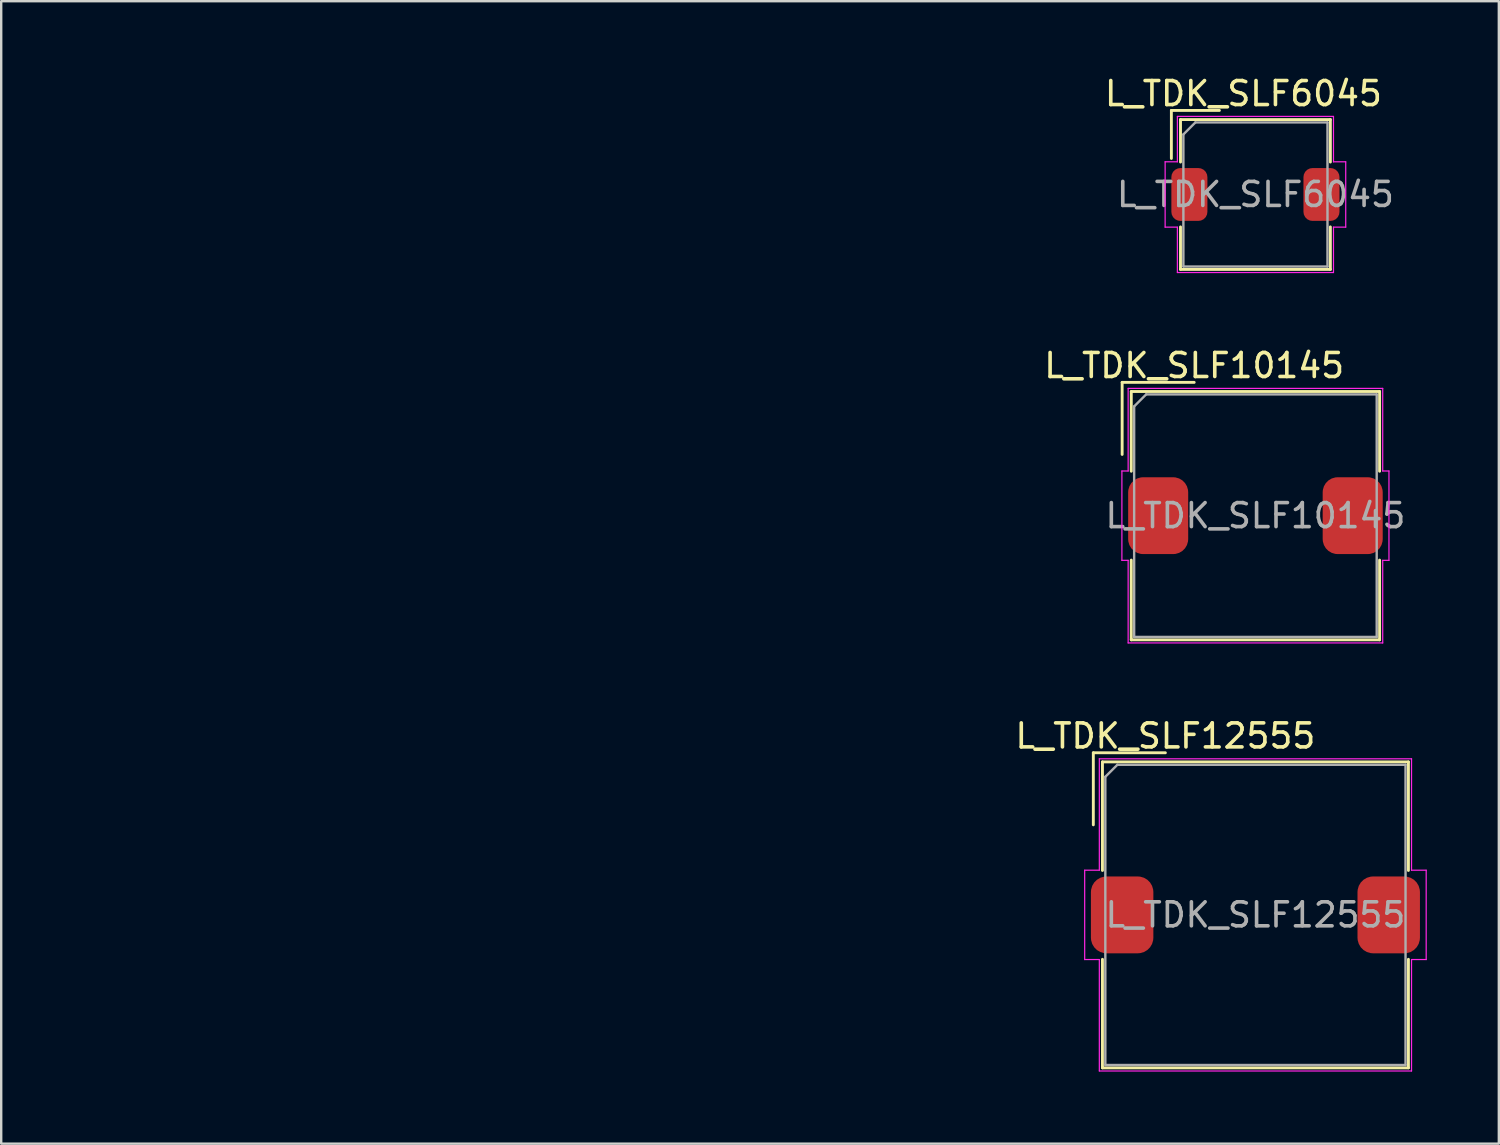
<source format=kicad_pcb>
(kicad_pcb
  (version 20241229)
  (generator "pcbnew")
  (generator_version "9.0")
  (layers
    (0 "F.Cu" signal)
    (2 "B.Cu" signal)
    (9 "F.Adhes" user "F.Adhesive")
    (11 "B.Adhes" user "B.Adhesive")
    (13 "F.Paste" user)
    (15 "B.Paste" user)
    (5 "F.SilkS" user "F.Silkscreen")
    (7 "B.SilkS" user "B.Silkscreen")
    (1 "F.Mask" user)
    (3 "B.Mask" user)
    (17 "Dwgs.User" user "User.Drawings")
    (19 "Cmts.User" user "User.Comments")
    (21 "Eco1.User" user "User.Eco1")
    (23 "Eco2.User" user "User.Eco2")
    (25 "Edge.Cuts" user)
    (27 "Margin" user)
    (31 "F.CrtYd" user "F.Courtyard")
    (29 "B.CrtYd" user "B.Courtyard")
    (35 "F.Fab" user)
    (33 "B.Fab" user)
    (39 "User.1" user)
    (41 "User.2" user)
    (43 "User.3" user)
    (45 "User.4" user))
  (footprint "L_TDK_SLF6045"
    (layer "F.Cu")
    (at 49.225 5.048)
    (property "Reference" "L_TDK_SLF6045" (at -0.5 -4.2 0) (layer "F.SilkS") (effects (font (size 1 1) (thickness 0.15))))
    (attr smd)
    (fp_line (start -3.5 -3.5) (end -1.5 -3.5) (stroke (width 0.12) (type solid)) (layer "F.SilkS"))
    (fp_line (start -3.5 -1.5) (end -3.5 -3.5) (stroke (width 0.12) (type solid)) (layer "F.SilkS"))
    (fp_line (start -3.12 -3.12) (end -3.12 -1.35) (stroke (width 0.12) (type solid)) (layer "F.SilkS"))
    (fp_line (start -3.12 -3.12) (end 3.12 -3.12) (stroke (width 0.12) (type solid)) (layer "F.SilkS"))
    (fp_line (start -3.12 1.35) (end -3.12 3.12) (stroke (width 0.12) (type solid)) (layer "F.SilkS"))
    (fp_line (start -3.12 3.12) (end 3.12 3.12) (stroke (width 0.12) (type solid)) (layer "F.SilkS"))
    (fp_line (start 3.12 -3.12) (end 3.12 -1.35) (stroke (width 0.12) (type solid)) (layer "F.SilkS"))
    (fp_line (start 3.12 1.35) (end 3.12 3.12) (stroke (width 0.12) (type solid)) (layer "F.SilkS"))
    (fp_line (start -3.76 -1.36) (end -3.76 1.36) (stroke (width 0.05) (type solid)) (layer "F.CrtYd"))
    (fp_line (start -3.76 1.36) (end -3.25 1.36) (stroke (width 0.05) (type solid)) (layer "F.CrtYd"))
    (fp_line (start -3.25 -3.25) (end -3.25 -1.36) (stroke (width 0.05) (type solid)) (layer "F.CrtYd"))
    (fp_line (start -3.25 -3.25) (end 3.25 -3.25) (stroke (width 0.05) (type solid)) (layer "F.CrtYd"))
    (fp_line (start -3.25 -1.36) (end -3.76 -1.36) (stroke (width 0.05) (type solid)) (layer "F.CrtYd"))
    (fp_line (start -3.25 1.36) (end -3.25 3.25) (stroke (width 0.05) (type solid)) (layer "F.CrtYd"))
    (fp_line (start -3.25 3.25) (end 3.25 3.25) (stroke (width 0.05) (type solid)) (layer "F.CrtYd"))
    (fp_line (start 3.25 -3.25) (end 3.25 -1.36) (stroke (width 0.05) (type solid)) (layer "F.CrtYd"))
    (fp_line (start 3.25 -1.36) (end 3.76 -1.36) (stroke (width 0.05) (type solid)) (layer "F.CrtYd"))
    (fp_line (start 3.25 1.36) (end 3.25 3.25) (stroke (width 0.05) (type solid)) (layer "F.CrtYd"))
    (fp_line (start 3.76 -1.36) (end 3.76 1.36) (stroke (width 0.05) (type solid)) (layer "F.CrtYd"))
    (fp_line (start 3.76 1.36) (end 3.25 1.36) (stroke (width 0.05) (type solid)) (layer "F.CrtYd"))
    (fp_line (start -3 -2.5) (end -2.5 -3) (stroke (width 0.1) (type solid)) (layer "F.Fab"))
    (fp_line (start -3 3) (end -3 -2.5) (stroke (width 0.1) (type solid)) (layer "F.Fab"))
    (fp_line (start -2.5 -3) (end 3 -3) (stroke (width 0.1) (type solid)) (layer "F.Fab"))
    (fp_line (start 3 -3) (end 3 3) (stroke (width 0.1) (type solid)) (layer "F.Fab"))
    (fp_line (start 3 3) (end -3 3) (stroke (width 0.1) (type solid)) (layer "F.Fab"))
    (fp_text user "" (at -49 0.05 0) (layer "F.SilkS") (effects (font (size 3 3) (thickness 0.15))))
    (fp_text user "${REFERENCE}" (at 0 0 0) (layer "F.Fab") (effects (font (size 1 1) (thickness 0.15))))
    (pad "1" smd roundrect (at -2.75 0) (size 1.5 2.2) (layers "F.Cu" "F.Mask" "F.Paste") (roundrect_rratio 0.25))
    (pad "2" smd roundrect (at 2.75 0) (size 1.5 2.2) (layers "F.Cu" "F.Mask" "F.Paste") (roundrect_rratio 0.25)))
  (footprint "L_TDK_SLF10145"
    (layer "F.Cu")
    (at 49.225 18.422)
    (property "Reference" "L_TDK_SLF10145" (at -2.55 -6.25 0) (layer "F.SilkS") (effects (font (size 1 1) (thickness 0.15))))
    (attr smd)
    (fp_line (start -5.55 -5.55) (end -2.55 -5.55) (stroke (width 0.12) (type solid)) (layer "F.SilkS"))
    (fp_line (start -5.55 -2.55) (end -5.55 -5.55) (stroke (width 0.12) (type solid)) (layer "F.SilkS"))
    (fp_line (start -5.17 -5.17) (end -5.17 -1.85) (stroke (width 0.12) (type solid)) (layer "F.SilkS"))
    (fp_line (start -5.17 -5.17) (end 5.17 -5.17) (stroke (width 0.12) (type solid)) (layer "F.SilkS"))
    (fp_line (start -5.17 1.85) (end -5.17 5.17) (stroke (width 0.12) (type solid)) (layer "F.SilkS"))
    (fp_line (start -5.17 5.17) (end 5.17 5.17) (stroke (width 0.12) (type solid)) (layer "F.SilkS"))
    (fp_line (start 5.17 -5.17) (end 5.17 -1.85) (stroke (width 0.12) (type solid)) (layer "F.SilkS"))
    (fp_line (start 5.17 1.85) (end 5.17 5.17) (stroke (width 0.12) (type solid)) (layer "F.SilkS"))
    (fp_line (start -5.56 -1.86) (end -5.56 1.86) (stroke (width 0.05) (type solid)) (layer "F.CrtYd"))
    (fp_line (start -5.56 1.86) (end -5.3 1.86) (stroke (width 0.05) (type solid)) (layer "F.CrtYd"))
    (fp_line (start -5.3 -5.3) (end -5.3 -1.86) (stroke (width 0.05) (type solid)) (layer "F.CrtYd"))
    (fp_line (start -5.3 -5.3) (end 5.3 -5.3) (stroke (width 0.05) (type solid)) (layer "F.CrtYd"))
    (fp_line (start -5.3 -1.86) (end -5.56 -1.86) (stroke (width 0.05) (type solid)) (layer "F.CrtYd"))
    (fp_line (start -5.3 1.86) (end -5.3 5.3) (stroke (width 0.05) (type solid)) (layer "F.CrtYd"))
    (fp_line (start -5.3 5.3) (end 5.3 5.3) (stroke (width 0.05) (type solid)) (layer "F.CrtYd"))
    (fp_line (start 5.3 -5.3) (end 5.3 -1.86) (stroke (width 0.05) (type solid)) (layer "F.CrtYd"))
    (fp_line (start 5.3 -1.86) (end 5.56 -1.86) (stroke (width 0.05) (type solid)) (layer "F.CrtYd"))
    (fp_line (start 5.3 1.86) (end 5.3 5.3) (stroke (width 0.05) (type solid)) (layer "F.CrtYd"))
    (fp_line (start 5.56 -1.86) (end 5.56 1.86) (stroke (width 0.05) (type solid)) (layer "F.CrtYd"))
    (fp_line (start 5.56 1.86) (end 5.3 1.86) (stroke (width 0.05) (type solid)) (layer "F.CrtYd"))
    (fp_line (start -5.05 -4.55) (end -4.55 -5.05) (stroke (width 0.1) (type solid)) (layer "F.Fab"))
    (fp_line (start -5.05 5.05) (end -5.05 -4.55) (stroke (width 0.1) (type solid)) (layer "F.Fab"))
    (fp_line (start -4.55 -5.05) (end 5.05 -5.05) (stroke (width 0.1) (type solid)) (layer "F.Fab"))
    (fp_line (start 5.05 -5.05) (end 5.05 5.05) (stroke (width 0.1) (type solid)) (layer "F.Fab"))
    (fp_line (start 5.05 5.05) (end -5.05 5.05) (stroke (width 0.1) (type solid)) (layer "F.Fab"))
    (fp_text user "" (at -49 0.05 0) (layer "F.SilkS") (effects (font (size 3 3) (thickness 0.15))))
    (fp_text user "${REFERENCE}" (at 0 0 0) (layer "F.Fab") (effects (font (size 1 1) (thickness 0.15))))
    (pad "1" smd roundrect (at -4.05 0) (size 2.5 3.2) (layers "F.Cu" "F.Mask" "F.Paste") (roundrect_rratio 0.25))
    (pad "2" smd roundrect (at 4.05 0) (size 2.5 3.2) (layers "F.Cu" "F.Mask" "F.Paste") (roundrect_rratio 0.25)))
  (footprint "L_TDK_SLF12555"
    (layer "F.Cu")
    (at 49.225 35.045)
    (property "Reference" "L_TDK_SLF12555" (at -3.75 -7.45 0) (layer "F.SilkS") (effects (font (size 1 1) (thickness 0.15))))
    (attr smd)
    (fp_line (start -6.75 -6.75) (end -3.75 -6.75) (stroke (width 0.12) (type solid)) (layer "F.SilkS"))
    (fp_line (start -6.75 -3.75) (end -6.75 -6.75) (stroke (width 0.12) (type solid)) (layer "F.SilkS"))
    (fp_line (start -6.37 -6.37) (end -6.37 -1.85) (stroke (width 0.12) (type solid)) (layer "F.SilkS"))
    (fp_line (start -6.37 -6.37) (end 6.37 -6.37) (stroke (width 0.12) (type solid)) (layer "F.SilkS"))
    (fp_line (start -6.37 1.85) (end -6.37 6.37) (stroke (width 0.12) (type solid)) (layer "F.SilkS"))
    (fp_line (start -6.37 6.37) (end 6.37 6.37) (stroke (width 0.12) (type solid)) (layer "F.SilkS"))
    (fp_line (start 6.37 -6.37) (end 6.37 -1.85) (stroke (width 0.12) (type solid)) (layer "F.SilkS"))
    (fp_line (start 6.37 1.85) (end 6.37 6.37) (stroke (width 0.12) (type solid)) (layer "F.SilkS"))
    (fp_line (start -7.11 -1.86) (end -7.11 1.86) (stroke (width 0.05) (type solid)) (layer "F.CrtYd"))
    (fp_line (start -7.11 1.86) (end -6.5 1.86) (stroke (width 0.05) (type solid)) (layer "F.CrtYd"))
    (fp_line (start -6.5 -6.5) (end -6.5 -1.86) (stroke (width 0.05) (type solid)) (layer "F.CrtYd"))
    (fp_line (start -6.5 -6.5) (end 6.5 -6.5) (stroke (width 0.05) (type solid)) (layer "F.CrtYd"))
    (fp_line (start -6.5 -1.86) (end -7.11 -1.86) (stroke (width 0.05) (type solid)) (layer "F.CrtYd"))
    (fp_line (start -6.5 1.86) (end -6.5 6.5) (stroke (width 0.05) (type solid)) (layer "F.CrtYd"))
    (fp_line (start -6.5 6.5) (end 6.5 6.5) (stroke (width 0.05) (type solid)) (layer "F.CrtYd"))
    (fp_line (start 6.5 -6.5) (end 6.5 -1.86) (stroke (width 0.05) (type solid)) (layer "F.CrtYd"))
    (fp_line (start 6.5 -1.86) (end 7.11 -1.86) (stroke (width 0.05) (type solid)) (layer "F.CrtYd"))
    (fp_line (start 6.5 1.86) (end 6.5 6.5) (stroke (width 0.05) (type solid)) (layer "F.CrtYd"))
    (fp_line (start 7.11 -1.86) (end 7.11 1.86) (stroke (width 0.05) (type solid)) (layer "F.CrtYd"))
    (fp_line (start 7.11 1.86) (end 6.5 1.86) (stroke (width 0.05) (type solid)) (layer "F.CrtYd"))
    (fp_line (start -6.25 -5.75) (end -5.75 -6.25) (stroke (width 0.1) (type solid)) (layer "F.Fab"))
    (fp_line (start -6.25 6.25) (end -6.25 -5.75) (stroke (width 0.1) (type solid)) (layer "F.Fab"))
    (fp_line (start -5.75 -6.25) (end 6.25 -6.25) (stroke (width 0.1) (type solid)) (layer "F.Fab"))
    (fp_line (start 6.25 -6.25) (end 6.25 6.25) (stroke (width 0.1) (type solid)) (layer "F.Fab"))
    (fp_line (start 6.25 6.25) (end -6.25 6.25) (stroke (width 0.1) (type solid)) (layer "F.Fab"))
    (fp_text user "" (at -49 0.05 0) (layer "F.SilkS") (effects (font (size 3 3) (thickness 0.15))))
    (fp_text user "${REFERENCE}" (at 0 0 0) (layer "F.Fab") (effects (font (size 1 1) (thickness 0.15))))
    (pad "1" smd roundrect (at -5.55 0) (size 2.6 3.2) (layers "F.Cu" "F.Mask" "F.Paste") (roundrect_rratio 0.25))
    (pad "2" smd roundrect (at 5.55 0) (size 2.6 3.2) (layers "F.Cu" "F.Mask" "F.Paste") (roundrect_rratio 0.25)))
  (gr_rect
    (start -3 -3)
    (end 59.36 44.57)
    (stroke (width 0.1) (type default))
    (fill no)
    (layer "Edge.Cuts")))
</source>
